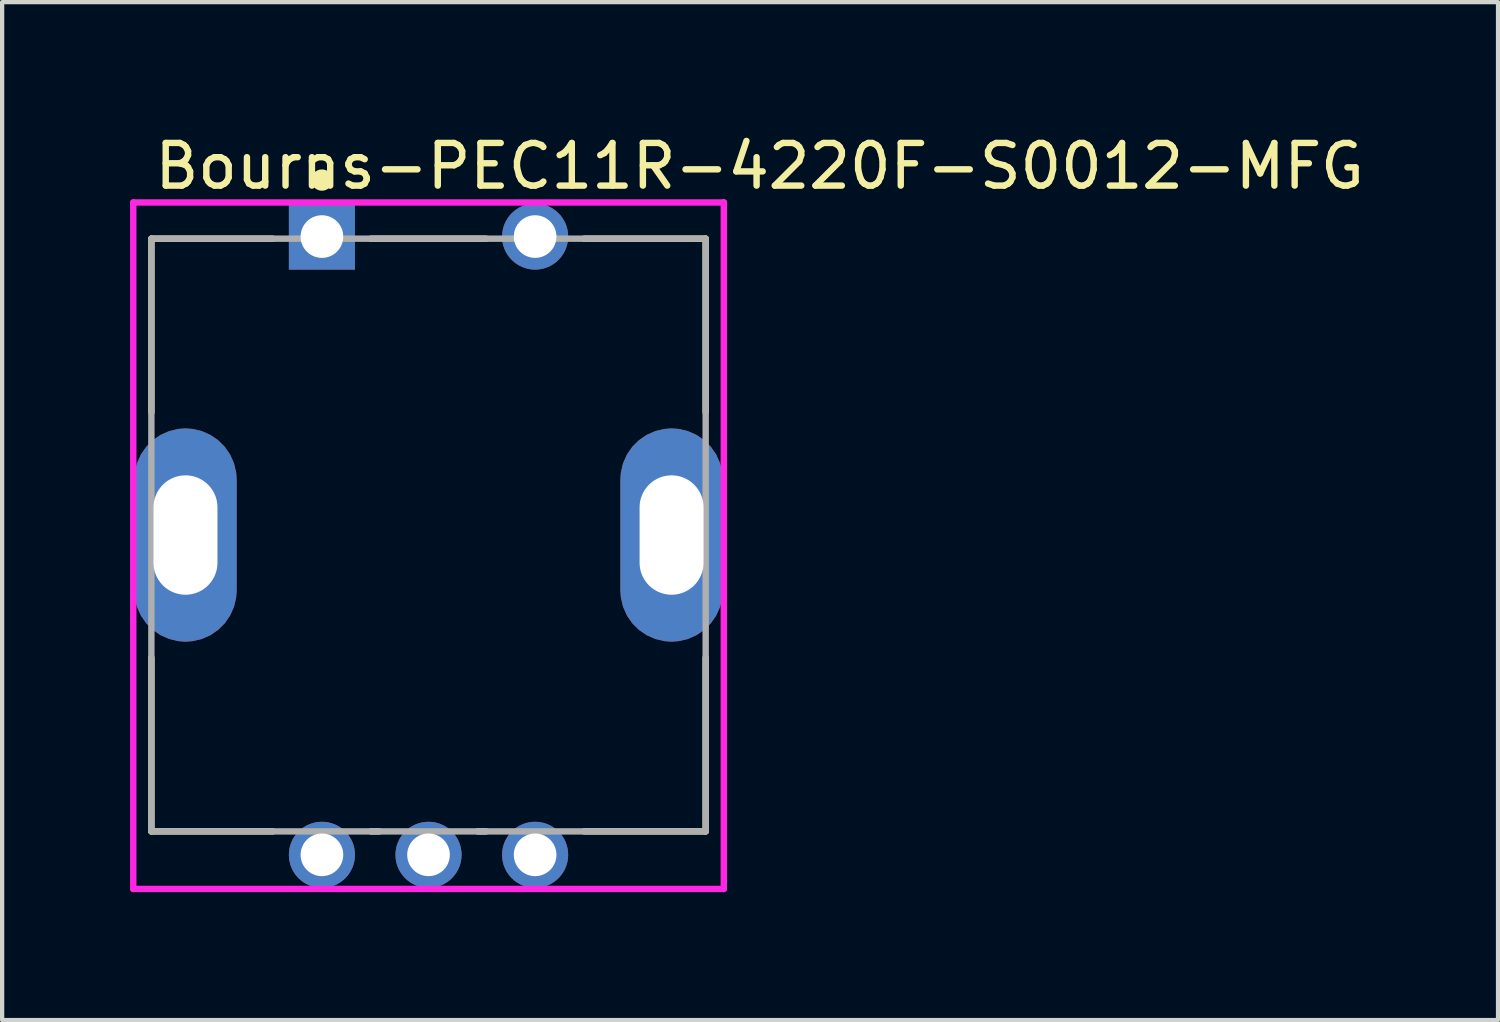
<source format=kicad_pcb>
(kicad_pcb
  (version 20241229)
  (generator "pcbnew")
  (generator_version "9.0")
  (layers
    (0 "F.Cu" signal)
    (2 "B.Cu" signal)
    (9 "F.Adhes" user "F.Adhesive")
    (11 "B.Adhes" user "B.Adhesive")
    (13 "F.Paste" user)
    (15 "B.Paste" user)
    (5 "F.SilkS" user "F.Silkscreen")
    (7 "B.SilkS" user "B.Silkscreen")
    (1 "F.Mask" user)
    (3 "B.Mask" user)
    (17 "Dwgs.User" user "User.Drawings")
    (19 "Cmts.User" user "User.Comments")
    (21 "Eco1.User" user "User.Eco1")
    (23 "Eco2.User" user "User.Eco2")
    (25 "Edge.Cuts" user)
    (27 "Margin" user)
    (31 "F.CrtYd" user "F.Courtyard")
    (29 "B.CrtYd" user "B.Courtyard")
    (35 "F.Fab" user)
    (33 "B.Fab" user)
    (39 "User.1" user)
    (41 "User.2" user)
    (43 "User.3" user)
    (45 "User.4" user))
  (footprint "Bourns-PEC11R-4220F-S0012-MFG"
    (layer "F.Cu")
    (at 7 9.498)
    (property "Reference" "Bourns-PEC11R-4220F-S0012-MFG" (at -6.5 -8.65 0) (layer "F.SilkS") (effects (font (size 1 1) (thickness 0.15)) (justify left)))
    (attr through_hole)
    (fp_line (start -6.5 -6.95) (end -3.65 -6.95) (stroke (width 0.15) (type solid)) (layer "F.SilkS"))
    (fp_line (start -6.5 -2.875) (end -6.5 -6.95) (stroke (width 0.15) (type solid)) (layer "F.SilkS"))
    (fp_line (start -6.5 6.95) (end -6.5 2.875) (stroke (width 0.15) (type solid)) (layer "F.SilkS"))
    (fp_line (start -6.5 6.95) (end -3.65 6.95) (stroke (width 0.15) (type solid)) (layer "F.SilkS"))
    (fp_line (start -1.35 -6.95) (end 1.35 -6.95) (stroke (width 0.15) (type solid)) (layer "F.SilkS"))
    (fp_line (start -1.35 6.95) (end -1.15 6.95) (stroke (width 0.15) (type solid)) (layer "F.SilkS"))
    (fp_line (start 1.15 6.95) (end 1.35 6.95) (stroke (width 0.15) (type solid)) (layer "F.SilkS"))
    (fp_line (start 3.65 -6.95) (end 6.5 -6.95) (stroke (width 0.15) (type solid)) (layer "F.SilkS"))
    (fp_line (start 3.65 6.95) (end 6.5 6.95) (stroke (width 0.15) (type solid)) (layer "F.SilkS"))
    (fp_line (start 6.5 -2.875) (end 6.5 -6.95) (stroke (width 0.15) (type solid)) (layer "F.SilkS"))
    (fp_line (start 6.5 6.95) (end 6.5 2.875) (stroke (width 0.15) (type solid)) (layer "F.SilkS"))
    (fp_circle (center -2.5 -8.325) (end -2.375 -8.325) (stroke (width 0.25) (type solid)) (fill no) (layer "F.SilkS"))
    (fp_line (start -6.925 -7.8) (end -6.925 8.3) (stroke (width 0.15) (type solid)) (layer "F.CrtYd"))
    (fp_line (start -6.925 8.3) (end 6.925 8.3) (stroke (width 0.15) (type solid)) (layer "F.CrtYd"))
    (fp_line (start 6.925 -7.8) (end -6.925 -7.8) (stroke (width 0.15) (type solid)) (layer "F.CrtYd"))
    (fp_line (start 6.925 -7.8) (end 6.925 -7.8) (stroke (width 0.15) (type solid)) (layer "F.CrtYd"))
    (fp_line (start 6.925 8.3) (end 6.925 -7.8) (stroke (width 0.15) (type solid)) (layer "F.CrtYd"))
    (fp_line (start -6.5 -6.95) (end 6.5 -6.95) (stroke (width 0.15) (type solid)) (layer "F.Fab"))
    (fp_line (start -6.5 6.95) (end -6.5 -6.95) (stroke (width 0.15) (type solid)) (layer "F.Fab"))
    (fp_line (start 6.5 -6.95) (end 6.5 6.95) (stroke (width 0.15) (type solid)) (layer "F.Fab"))
    (fp_line (start 6.5 6.95) (end -6.5 6.95) (stroke (width 0.15) (type solid)) (layer "F.Fab"))
    (pad "3" thru_hole roundrect (at -5.7 0) (size 2.4 5) (drill oval 1.5 2.8) (layers "*.Cu" "*.Mask") (roundrect_rratio 0.5))
    (pad "4" thru_hole roundrect (at 5.7 0) (size 2.4 5) (drill oval 1.5 2.8) (layers "*.Cu" "*.Mask") (roundrect_rratio 0.5))
    (pad "A" thru_hole circle (at -2.5 7.5) (size 1.55 1.55) (drill 1) (layers "*.Cu" "*.Mask"))
    (pad "B" thru_hole circle (at 2.5 7.5) (size 1.55 1.55) (drill 1) (layers "*.Cu" "*.Mask"))
    (pad "C" thru_hole circle (at 0 7.5) (size 1.55 1.55) (drill 1) (layers "*.Cu" "*.Mask"))
    (pad "S1" thru_hole rect (at -2.5 -7) (size 1.55 1.55) (drill 1) (layers "*.Cu" "*.Mask"))
    (pad "S2" thru_hole circle (at 2.5 -7) (size 1.55 1.55) (drill 1) (layers "*.Cu" "*.Mask")))
  (gr_rect
    (start -3 -3)
    (end 32.083 20.873)
    (stroke (width 0.1) (type default))
    (fill no)
    (layer "Edge.Cuts")))
</source>
